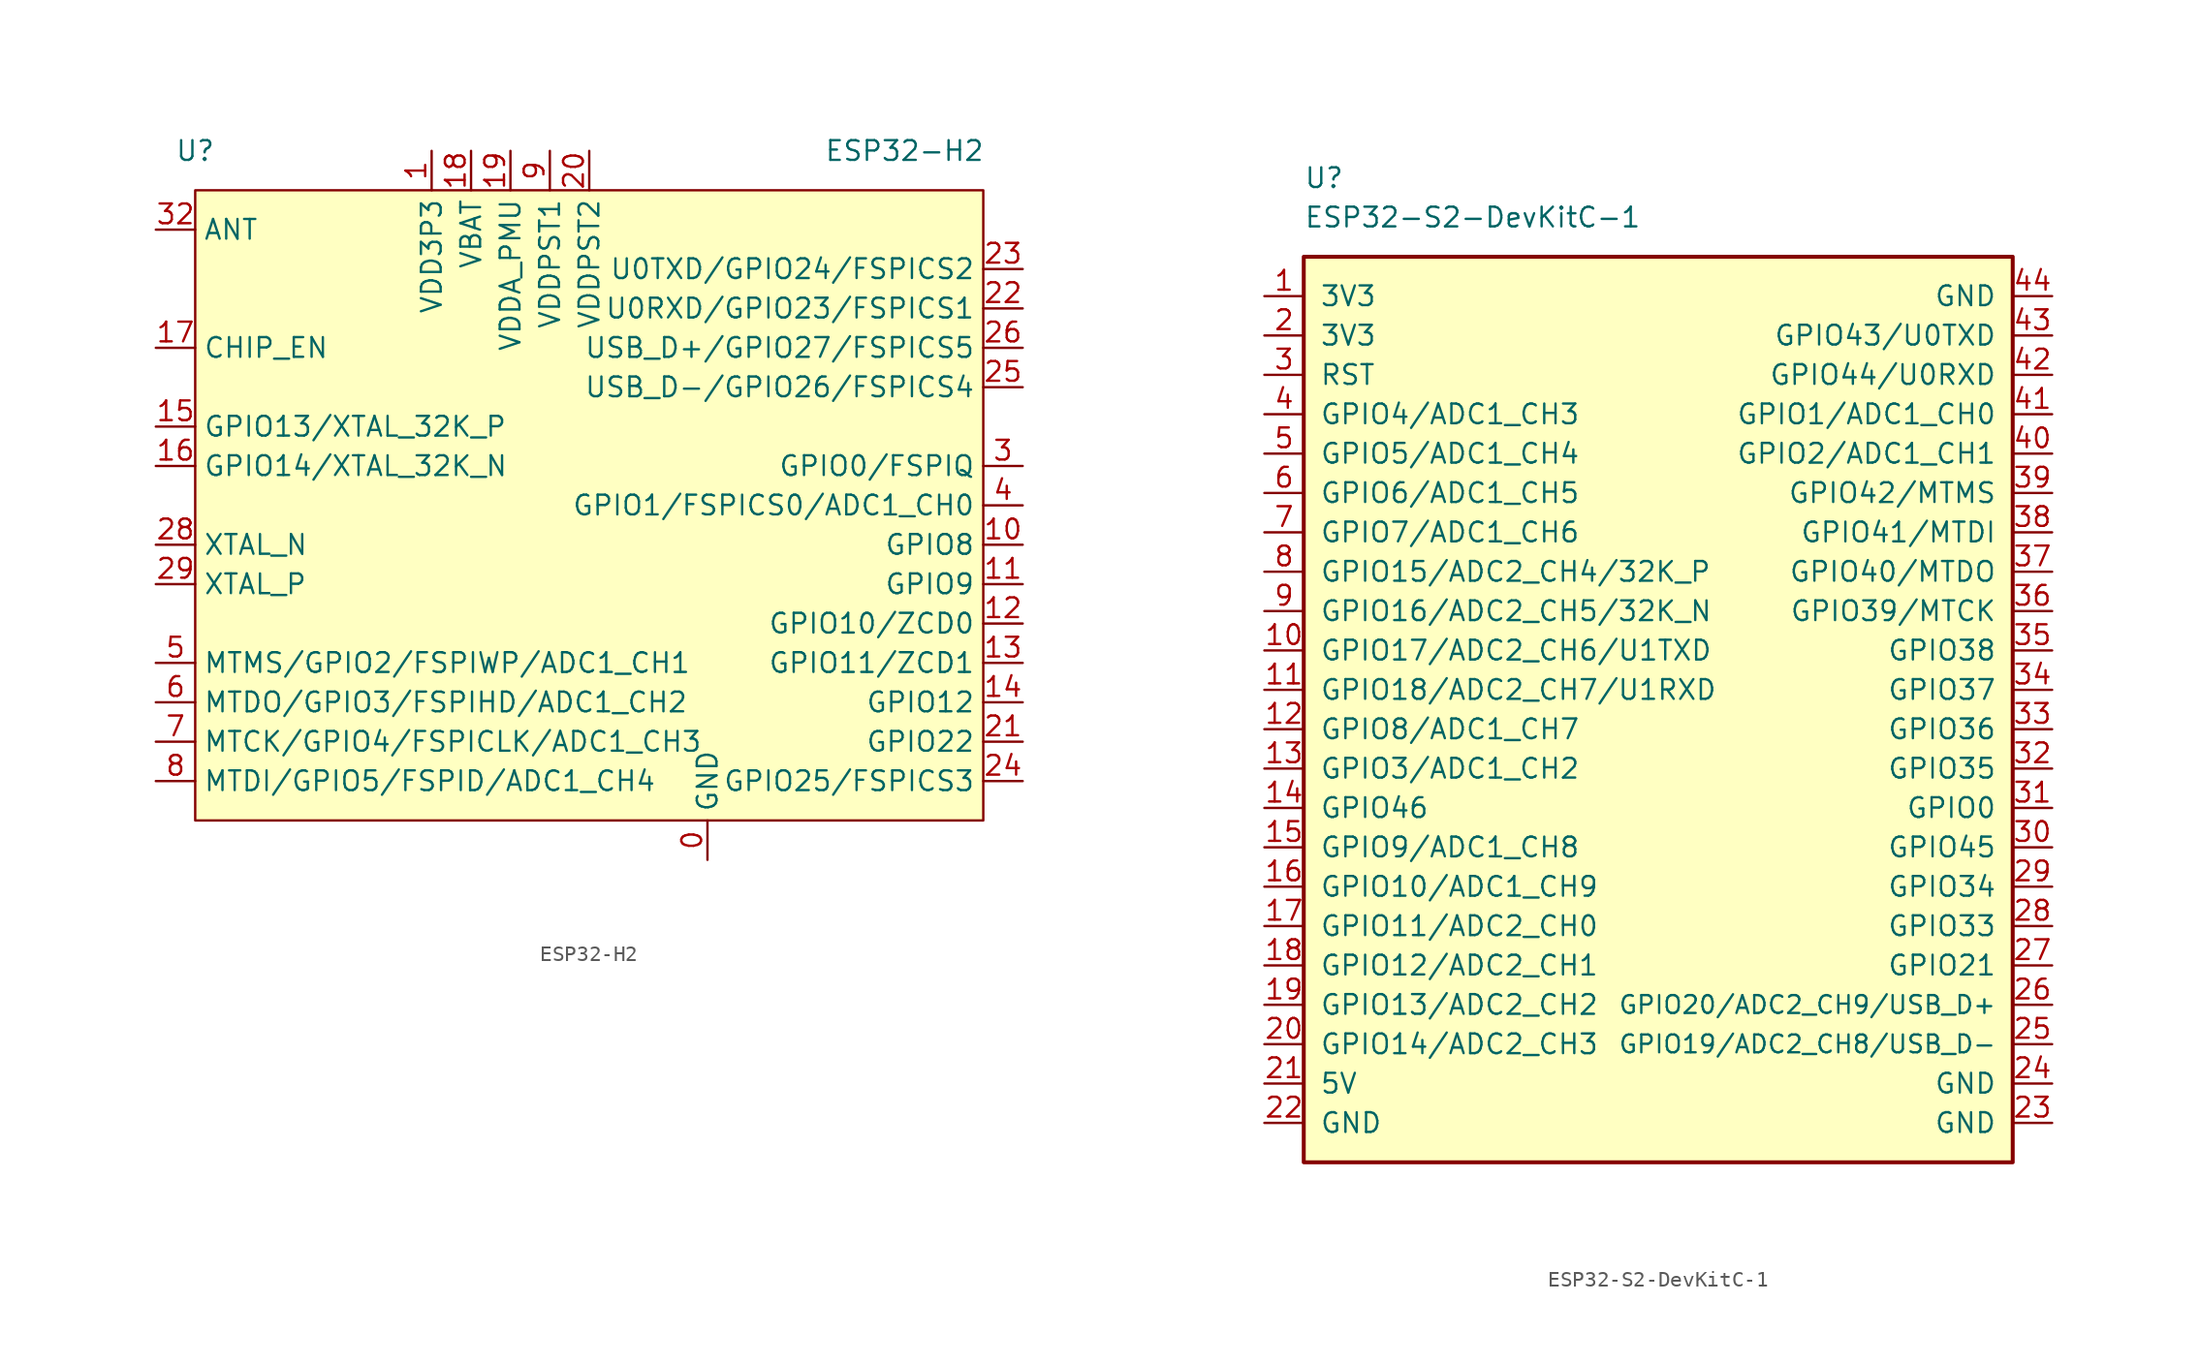
<source format=kicad_sym>
(kicad_symbol_lib
  (version 20220914)
  (generator kicad_symbol_editor)
  (symbol "ESP32-H2"
    (property "Reference" "U"
      (at -27.94 22.86 0)
      (effects (font (size 1.27 1.27))))
    (property "Value" "ESP32-H2"
      (at 17.78 22.86 0)
      (effects (font (size 1.27 1.27))))
    (symbol "ESP32-H2_0_1"
      (rectangle (start -27.94 20.32) (end 22.86 -20.32) (stroke (width 0) (type default)) (fill (type background))))
    (symbol "ESP32-H2_1_1"
      (pin power_in line (at 5.08 -22.86 90) (length 2.54) (name "GND" (effects (font (size 1.27 1.27)))) (number "0" (effects (font (size 1.27 1.27)))))
      (pin power_in line (at -12.7 22.86 270) (length 2.54) (name "VDD3P3" (effects (font (size 1.27 1.27)))) (number "1" (effects (font (size 1.27 1.27)))))
      (pin bidirectional line (at 25.4 -2.54 180) (length 2.54) (name "GPIO8" (effects (font (size 1.27 1.27)))) (number "10" (effects (font (size 1.27 1.27)))))
      (pin bidirectional line (at 25.4 -5.08 180) (length 2.54) (name "GPIO9" (effects (font (size 1.27 1.27)))) (number "11" (effects (font (size 1.27 1.27)))))
      (pin bidirectional line (at 25.4 -7.62 180) (length 2.54) (name "GPIO10/ZCD0" (effects (font (size 1.27 1.27)))) (number "12" (effects (font (size 1.27 1.27)))))
      (pin bidirectional line (at 25.4 -10.16 180) (length 2.54) (name "GPIO11/ZCD1" (effects (font (size 1.27 1.27)))) (number "13" (effects (font (size 1.27 1.27)))))
      (pin bidirectional line (at 25.4 -12.7 180) (length 2.54) (name "GPIO12" (effects (font (size 1.27 1.27)))) (number "14" (effects (font (size 1.27 1.27)))))
      (pin bidirectional line (at -30.48 5.08 0) (length 2.54) (name "GPIO13/XTAL_32K_P" (effects (font (size 1.27 1.27)))) (number "15" (effects (font (size 1.27 1.27)))))
      (pin bidirectional line (at -30.48 2.54 0) (length 2.54) (name "GPIO14/XTAL_32K_N" (effects (font (size 1.27 1.27)))) (number "16" (effects (font (size 1.27 1.27)))))
      (pin input line (at -30.48 10.16 0) (length 2.54) (name "CHIP_EN" (effects (font (size 1.27 1.27)))) (number "17" (effects (font (size 1.27 1.27)))))
      (pin power_in line (at -10.16 22.86 270) (length 2.54) (name "VBAT" (effects (font (size 1.27 1.27)))) (number "18" (effects (font (size 1.27 1.27)))))
      (pin power_in line (at -7.62 22.86 270) (length 2.54) (name "VDDA_PMU" (effects (font (size 1.27 1.27)))) (number "19" (effects (font (size 1.27 1.27)))))
      (pin passive line (at -12.7 22.86 270) (length 2.54) hide (name "VDD3P3" (effects (font (size 1.27 1.27)))) (number "2" (effects (font (size 1.27 1.27)))))
      (pin power_in line (at -2.54 22.86 270) (length 2.54) (name "VDDPST2" (effects (font (size 1.27 1.27)))) (number "20" (effects (font (size 1.27 1.27)))))
      (pin bidirectional line (at 25.4 -15.24 180) (length 2.54) (name "GPIO22" (effects (font (size 1.27 1.27)))) (number "21" (effects (font (size 1.27 1.27)))))
      (pin bidirectional line (at 25.4 12.7 180) (length 2.54) (name "U0RXD/GPIO23/FSPICS1" (effects (font (size 1.27 1.27)))) (number "22" (effects (font (size 1.27 1.27)))))
      (pin bidirectional line (at 25.4 15.24 180) (length 2.54) (name "U0TXD/GPIO24/FSPICS2" (effects (font (size 1.27 1.27)))) (number "23" (effects (font (size 1.27 1.27)))))
      (pin bidirectional line (at 25.4 -17.78 180) (length 2.54) (name "GPIO25/FSPICS3" (effects (font (size 1.27 1.27)))) (number "24" (effects (font (size 1.27 1.27)))))
      (pin bidirectional line (at 25.4 7.62 180) (length 2.54) (name "USB_D-/GPIO26/FSPICS4" (effects (font (size 1.27 1.27)))) (number "25" (effects (font (size 1.27 1.27)))))
      (pin bidirectional line (at 25.4 10.16 180) (length 2.54) (name "USB_D+/GPIO27/FSPICS5" (effects (font (size 1.27 1.27)))) (number "26" (effects (font (size 1.27 1.27)))))
      (pin passive line (at -12.7 22.86 270) (length 2.54) hide (name "VDD3P3" (effects (font (size 1.27 1.27)))) (number "27" (effects (font (size 1.27 1.27)))))
      (pin output line (at -30.48 -2.54 0) (length 2.54) (name "XTAL_N" (effects (font (size 1.27 1.27)))) (number "28" (effects (font (size 1.27 1.27)))))
      (pin input line (at -30.48 -5.08 0) (length 2.54) (name "XTAL_P" (effects (font (size 1.27 1.27)))) (number "29" (effects (font (size 1.27 1.27)))))
      (pin bidirectional line (at 25.4 2.54 180) (length 2.54) (name "GPIO0/FSPIQ" (effects (font (size 1.27 1.27)))) (number "3" (effects (font (size 1.27 1.27)))))
      (pin passive line (at -12.7 22.86 270) (length 2.54) hide (name "VDD3P3" (effects (font (size 1.27 1.27)))) (number "30" (effects (font (size 1.27 1.27)))))
      (pin passive line (at -12.7 22.86 270) (length 2.54) hide (name "VDD3P3" (effects (font (size 1.27 1.27)))) (number "31" (effects (font (size 1.27 1.27)))))
      (pin bidirectional line (at -30.48 17.78 0) (length 2.54) (name "ANT" (effects (font (size 1.27 1.27)))) (number "32" (effects (font (size 1.27 1.27)))))
      (pin bidirectional line (at 25.4 0 180) (length 2.54) (name "GPIO1/FSPICS0/ADC1_CH0" (effects (font (size 1.27 1.27)))) (number "4" (effects (font (size 1.27 1.27)))))
      (pin bidirectional line (at -30.48 -10.16 0) (length 2.54) (name "MTMS/GPIO2/FSPIWP/ADC1_CH1" (effects (font (size 1.27 1.27)))) (number "5" (effects (font (size 1.27 1.27)))))
      (pin bidirectional line (at -30.48 -12.7 0) (length 2.54) (name "MTDO/GPIO3/FSPIHD/ADC1_CH2" (effects (font (size 1.27 1.27)))) (number "6" (effects (font (size 1.27 1.27)))))
      (pin bidirectional line (at -30.48 -15.24 0) (length 2.54) (name "MTCK/GPIO4/FSPICLK/ADC1_CH3" (effects (font (size 1.27 1.27)))) (number "7" (effects (font (size 1.27 1.27)))))
      (pin bidirectional line (at -30.48 -17.78 0) (length 2.54) (name "MTDI/GPIO5/FSPID/ADC1_CH4" (effects (font (size 1.27 1.27)))) (number "8" (effects (font (size 1.27 1.27)))))
      (pin power_in line (at -5.08 22.86 270) (length 2.54) (name "VDDPST1" (effects (font (size 1.27 1.27)))) (number "9" (effects (font (size 1.27 1.27)))))))
  (symbol "ESP32-S2-DevKitC-1"
    (pin_names
      (offset 1.016))
    (property "Reference" "U"
      (at -22.86 33.02 0)
      (effects (font (size 1.27 1.27)) (justify left)))
    (property "Value" "ESP32-S2-DevKitC-1"
      (at -22.86 30.48 0)
      (effects (font (size 1.27 1.27)) (justify left)))
    (symbol "ESP32-S2-DevKitC-1_0_0"
      (pin input line (at -25.4 -7.62 0) (length 2.54) (name "GPIO46" (effects (font (size 1.27 1.27)))) (number "14" (effects (font (size 1.27 1.27)))))
      (pin bidirectional line (at -25.4 -20.32 0) (length 2.54) (name "GPIO13/ADC2_CH2" (effects (font (size 1.27 1.27)))) (number "19" (effects (font (size 1.27 1.27)))))
      (pin power_in line (at -25.4 22.86 0) (length 2.54) (name "3V3" (effects (font (size 1.27 1.27)))) (number "2" (effects (font (size 1.27 1.27)))))
      (pin bidirectional line (at 25.4 12.7 180) (length 2.54) (name "GPIO42/MTMS" (effects (font (size 1.27 1.27)))) (number "39" (effects (font (size 1.27 1.27)))))
      (pin bidirectional line (at 25.4 15.24 180) (length 2.54) (name "GPIO2/ADC1_CH1" (effects (font (size 1.27 1.27)))) (number "40" (effects (font (size 1.27 1.27)))))
      (pin bidirectional line (at 25.4 17.78 180) (length 2.54) (name "GPIO1/ADC1_CH0" (effects (font (size 1.27 1.27)))) (number "41" (effects (font (size 1.27 1.27)))))
      (pin bidirectional line (at 25.4 20.32 180) (length 2.54) (name "GPIO44/U0RXD" (effects (font (size 1.27 1.27)))) (number "42" (effects (font (size 1.27 1.27)))))
      (pin bidirectional line (at 25.4 22.86 180) (length 2.54) (name "GPIO43/U0TXD" (effects (font (size 1.27 1.27)))) (number "43" (effects (font (size 1.27 1.27)))))
      (pin power_in line (at 25.4 25.4 180) (length 2.54) (name "GND" (effects (font (size 1.27 1.27)))) (number "44" (effects (font (size 1.27 1.27))))))
    (symbol "ESP32-S2-DevKitC-1_0_1"
      (rectangle (start -22.86 27.94) (end 22.86 -30.48) (stroke (width 0.254) (type default) (color 0 0 0 0)) (fill (type background))))
    (symbol "ESP32-S2-DevKitC-1_1_1"
      (pin power_in line (at -25.4 25.4 0) (length 2.54) (name "3V3" (effects (font (size 1.27 1.27)))) (number "1" (effects (font (size 1.27 1.27)))))
      (pin bidirectional line (at -25.4 2.54 0) (length 2.54) (name "GPIO17/ADC2_CH6/U1TXD" (effects (font (size 1.27 1.27)))) (number "10" (effects (font (size 1.27 1.27)))))
      (pin bidirectional line (at -25.4 0 0) (length 2.54) (name "GPIO18/ADC2_CH7/U1RXD" (effects (font (size 1.27 1.27)))) (number "11" (effects (font (size 1.27 1.27)))))
      (pin bidirectional line (at -25.4 -2.54 0) (length 2.54) (name "GPIO8/ADC1_CH7" (effects (font (size 1.27 1.27)))) (number "12" (effects (font (size 1.27 1.27)))))
      (pin bidirectional line (at -25.4 -5.08 0) (length 2.54) (name "GPIO3/ADC1_CH2" (effects (font (size 1.27 1.27)))) (number "13" (effects (font (size 1.27 1.27)))))
      (pin bidirectional line (at -25.4 -10.16 0) (length 2.54) (name "GPIO9/ADC1_CH8" (effects (font (size 1.27 1.27)))) (number "15" (effects (font (size 1.27 1.27)))))
      (pin bidirectional line (at -25.4 -12.7 0) (length 2.54) (name "GPIO10/ADC1_CH9" (effects (font (size 1.27 1.27)))) (number "16" (effects (font (size 1.27 1.27)))))
      (pin bidirectional line (at -25.4 -15.24 0) (length 2.54) (name "GPIO11/ADC2_CH0" (effects (font (size 1.27 1.27)))) (number "17" (effects (font (size 1.27 1.27)))))
      (pin bidirectional line (at -25.4 -17.78 0) (length 2.54) (name "GPIO12/ADC2_CH1" (effects (font (size 1.27 1.27)))) (number "18" (effects (font (size 1.27 1.27)))))
      (pin bidirectional line (at -25.4 -22.86 0) (length 2.54) (name "GPIO14/ADC2_CH3" (effects (font (size 1.27 1.27)))) (number "20" (effects (font (size 1.27 1.27)))))
      (pin power_in line (at -25.4 -25.4 0) (length 2.54) (name "5V" (effects (font (size 1.27 1.27)))) (number "21" (effects (font (size 1.27 1.27)))))
      (pin power_in line (at -25.4 -27.94 0) (length 2.54) (name "GND" (effects (font (size 1.27 1.27)))) (number "22" (effects (font (size 1.27 1.27)))))
      (pin power_in line (at 25.4 -27.94 180) (length 2.54) (name "GND" (effects (font (size 1.27 1.27)))) (number "23" (effects (font (size 1.27 1.27)))))
      (pin power_in line (at 25.4 -25.4 180) (length 2.54) (name "GND" (effects (font (size 1.27 1.27)))) (number "24" (effects (font (size 1.27 1.27)))))
      (pin bidirectional line (at 25.4 -22.86 180) (length 2.54) (name "GPIO19/ADC2_CH8/USB_D-" (effects (font (size 1.15 1.15)))) (number "25" (effects (font (size 1.27 1.27)))))
      (pin bidirectional line (at 25.4 -20.32 180) (length 2.54) (name "GPIO20/ADC2_CH9/USB_D+" (effects (font (size 1.15 1.15)))) (number "26" (effects (font (size 1.27 1.27)))))
      (pin bidirectional line (at 25.4 -17.78 180) (length 2.54) (name "GPIO21" (effects (font (size 1.27 1.27)))) (number "27" (effects (font (size 1.27 1.27)))))
      (pin bidirectional line (at 25.4 -15.24 180) (length 2.54) (name "GPIO33" (effects (font (size 1.27 1.27)))) (number "28" (effects (font (size 1.27 1.27)))))
      (pin bidirectional line (at 25.4 -12.7 180) (length 2.54) (name "GPIO34" (effects (font (size 1.27 1.27)))) (number "29" (effects (font (size 1.27 1.27)))))
      (pin input line (at -25.4 20.32 0) (length 2.54) (name "RST" (effects (font (size 1.27 1.27)))) (number "3" (effects (font (size 1.27 1.27)))))
      (pin bidirectional line (at 25.4 -10.16 180) (length 2.54) (name "GPIO45" (effects (font (size 1.27 1.27)))) (number "30" (effects (font (size 1.27 1.27)))))
      (pin bidirectional line (at 25.4 -7.62 180) (length 2.54) (name "GPIO0" (effects (font (size 1.27 1.27)))) (number "31" (effects (font (size 1.27 1.27)))))
      (pin bidirectional line (at 25.4 -5.08 180) (length 2.54) (name "GPIO35" (effects (font (size 1.27 1.27)))) (number "32" (effects (font (size 1.27 1.27)))))
      (pin bidirectional line (at 25.4 -2.54 180) (length 2.54) (name "GPIO36" (effects (font (size 1.27 1.27)))) (number "33" (effects (font (size 1.27 1.27)))))
      (pin bidirectional line (at 25.4 0 180) (length 2.54) (name "GPIO37" (effects (font (size 1.27 1.27)))) (number "34" (effects (font (size 1.27 1.27)))))
      (pin bidirectional line (at 25.4 2.54 180) (length 2.54) (name "GPIO38" (effects (font (size 1.27 1.27)))) (number "35" (effects (font (size 1.27 1.27)))))
      (pin bidirectional line (at 25.4 5.08 180) (length 2.54) (name "GPIO39/MTCK" (effects (font (size 1.27 1.27)))) (number "36" (effects (font (size 1.27 1.27)))))
      (pin bidirectional line (at 25.4 7.62 180) (length 2.54) (name "GPIO40/MTDO" (effects (font (size 1.27 1.27)))) (number "37" (effects (font (size 1.27 1.27)))))
      (pin bidirectional line (at 25.4 10.16 180) (length 2.54) (name "GPIO41/MTDI" (effects (font (size 1.27 1.27)))) (number "38" (effects (font (size 1.27 1.27)))))
      (pin bidirectional line (at -25.4 17.78 0) (length 2.54) (name "GPIO4/ADC1_CH3" (effects (font (size 1.27 1.27)))) (number "4" (effects (font (size 1.27 1.27)))))
      (pin bidirectional line (at -25.4 15.24 0) (length 2.54) (name "GPIO5/ADC1_CH4" (effects (font (size 1.27 1.27)))) (number "5" (effects (font (size 1.27 1.27)))))
      (pin bidirectional line (at -25.4 12.7 0) (length 2.54) (name "GPIO6/ADC1_CH5" (effects (font (size 1.27 1.27)))) (number "6" (effects (font (size 1.27 1.27)))))
      (pin bidirectional line (at -25.4 10.16 0) (length 2.54) (name "GPIO7/ADC1_CH6" (effects (font (size 1.27 1.27)))) (number "7" (effects (font (size 1.27 1.27)))))
      (pin bidirectional line (at -25.4 7.62 0) (length 2.54) (name "GPIO15/ADC2_CH4/32K_P" (effects (font (size 1.27 1.27)))) (number "8" (effects (font (size 1.27 1.27)))))
      (pin bidirectional line (at -25.4 5.08 0) (length 2.54) (name "GPIO16/ADC2_CH5/32K_N" (effects (font (size 1.27 1.27)))) (number "9" (effects (font (size 1.27 1.27))))))))
</source>
